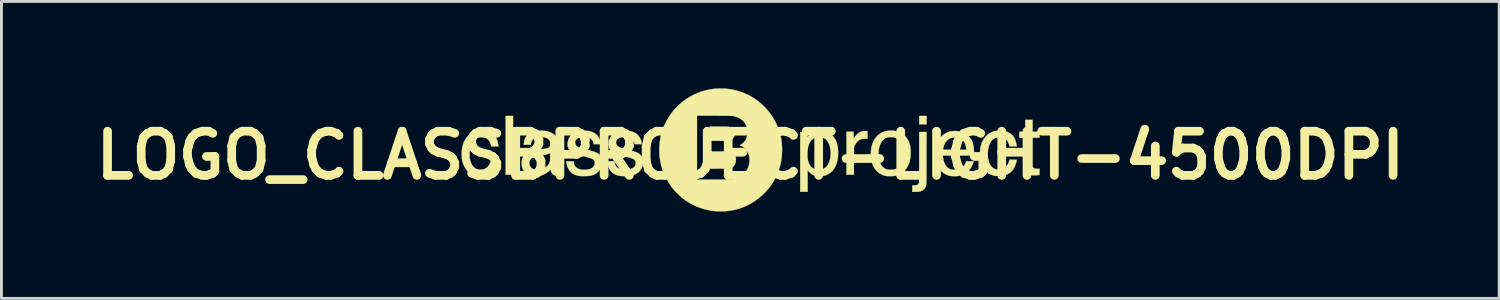
<source format=kicad_pcb>
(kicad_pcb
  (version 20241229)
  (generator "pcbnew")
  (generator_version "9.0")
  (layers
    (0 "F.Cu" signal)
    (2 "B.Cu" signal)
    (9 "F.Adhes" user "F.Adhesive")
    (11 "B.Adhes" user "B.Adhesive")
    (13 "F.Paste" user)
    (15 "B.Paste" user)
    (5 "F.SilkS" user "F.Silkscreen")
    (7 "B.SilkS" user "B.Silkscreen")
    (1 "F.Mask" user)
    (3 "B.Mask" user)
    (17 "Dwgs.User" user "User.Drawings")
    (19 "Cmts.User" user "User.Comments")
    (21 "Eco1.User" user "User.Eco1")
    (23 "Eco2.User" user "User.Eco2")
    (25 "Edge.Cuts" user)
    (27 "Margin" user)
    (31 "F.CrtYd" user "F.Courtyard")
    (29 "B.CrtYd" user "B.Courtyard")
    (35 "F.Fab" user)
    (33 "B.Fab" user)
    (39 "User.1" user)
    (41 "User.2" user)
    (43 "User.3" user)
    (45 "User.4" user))
  (footprint "LOGO_CLASSBPROJECT-LIGHT-4500DPI"
    (layer "F.Cu")
    (at 22.831 2.31)
    (property "Reference" "LOGO_CLASSBPROJECT-LIGHT-4500DPI" (at 0 0 0) (layer "F.SilkS") (effects (font (size 1.524 1.524) (thickness 0.3))))
    (attr through_hole)
    (fp_poly (pts (xy -8.184 0.666) (xy -8.438 0.666) (xy -8.438 -1.36) (xy -8.184 -1.36) (xy -8.184 0.666)) (stroke (width 0.01) (type solid)) (fill yes) (layer "F.SilkS"))
    (fp_poly (pts (xy 6.079 -1.072) (xy 5.825 -1.072) (xy 5.825 -1.36) (xy 6.079 -1.36) (xy 6.079 -1.072)) (stroke (width 0.01) (type solid)) (fill yes) (layer "F.SilkS"))
    (fp_poly (pts (xy 4.041 -0.576) (xy 3.966 -0.576) (xy 3.901 -0.573) (xy 3.844 -0.564) (xy 3.794 -0.548) (xy 3.75 -0.524) (xy 3.709 -0.493) (xy 3.687 -0.472) (xy 3.654 -0.433) (xy 3.628 -0.394) (xy 3.607 -0.351) (xy 3.593 -0.318) (xy 3.576 -0.268) (xy 3.574 0.199) (xy 3.573 0.666) (xy 3.319 0.666) (xy 3.319 -0.813) (xy 3.562 -0.813) (xy 3.562 -0.579) (xy 3.578 -0.605) (xy 3.597 -0.632) (xy 3.623 -0.663) (xy 3.653 -0.696) (xy 3.683 -0.726) (xy 3.712 -0.752) (xy 3.716 -0.755) (xy 3.761 -0.788) (xy 3.804 -0.811) (xy 3.85 -0.828) (xy 3.899 -0.837) (xy 3.956 -0.841) (xy 3.97 -0.841) (xy 4.041 -0.841) (xy 4.041 -0.576)) (stroke (width 0.01) (type solid)) (fill yes) (layer "F.SilkS"))
    (fp_poly (pts (xy -1.113 -0.135) (xy -1.035 -0.135) (xy -0.967 -0.135) (xy -0.909 -0.134) (xy -0.859 -0.133) (xy -0.816 -0.131) (xy -0.78 -0.129) (xy -0.749 -0.126) (xy -0.722 -0.123) (xy -0.699 -0.118) (xy -0.679 -0.113) (xy -0.66 -0.106) (xy -0.642 -0.098) (xy -0.628 -0.092) (xy -0.584 -0.065) (xy -0.549 -0.03) (xy -0.522 0.012) (xy -0.504 0.059) (xy -0.5 0.083) (xy -0.498 0.114) (xy -0.497 0.149) (xy -0.498 0.185) (xy -0.501 0.216) (xy -0.503 0.229) (xy -0.517 0.279) (xy -0.541 0.325) (xy -0.573 0.366) (xy -0.612 0.399) (xy -0.645 0.418) (xy -0.661 0.425) (xy -0.675 0.431) (xy -0.689 0.436) (xy -0.704 0.441) (xy -0.721 0.444) (xy -0.741 0.447) (xy -0.765 0.449) (xy -0.793 0.451) (xy -0.828 0.452) (xy -0.869 0.453) (xy -0.918 0.454) (xy -0.976 0.455) (xy -1.044 0.455) (xy -1.079 0.456) (xy -1.4 0.458) (xy -1.4 -0.135) (xy -1.113 -0.135)) (stroke (width 0.01) (type solid)) (fill yes) (layer "F.SilkS"))
    (fp_poly (pts (xy -1.096 -0.992) (xy -1.026 -0.991) (xy -0.966 -0.99) (xy -0.915 -0.99) (xy -0.872 -0.989) (xy -0.836 -0.987) (xy -0.806 -0.986) (xy -0.78 -0.984) (xy -0.758 -0.981) (xy -0.739 -0.978) (xy -0.721 -0.975) (xy -0.703 -0.971) (xy -0.684 -0.965) (xy -0.675 -0.963) (xy -0.636 -0.946) (xy -0.602 -0.919) (xy -0.577 -0.89) (xy -0.564 -0.868) (xy -0.555 -0.847) (xy -0.549 -0.823) (xy -0.546 -0.794) (xy -0.545 -0.757) (xy -0.545 -0.748) (xy -0.545 -0.716) (xy -0.547 -0.693) (xy -0.55 -0.675) (xy -0.554 -0.658) (xy -0.558 -0.648) (xy -0.579 -0.609) (xy -0.609 -0.576) (xy -0.647 -0.55) (xy -0.658 -0.544) (xy -0.674 -0.537) (xy -0.689 -0.53) (xy -0.704 -0.524) (xy -0.719 -0.52) (xy -0.736 -0.516) (xy -0.756 -0.513) (xy -0.779 -0.51) (xy -0.807 -0.509) (xy -0.841 -0.507) (xy -0.882 -0.506) (xy -0.93 -0.505) (xy -0.988 -0.505) (xy -1.055 -0.504) (xy -1.088 -0.504) (xy -1.4 -0.502) (xy -1.4 -0.994) (xy -1.096 -0.992)) (stroke (width 0.01) (type solid)) (fill yes) (layer "F.SilkS"))
    (fp_poly (pts (xy 6.077 0.089) (xy 6.077 0.207) (xy 6.077 0.315) (xy 6.077 0.412) (xy 6.076 0.5) (xy 6.076 0.579) (xy 6.076 0.649) (xy 6.076 0.71) (xy 6.075 0.765) (xy 6.075 0.812) (xy 6.074 0.853) (xy 6.074 0.888) (xy 6.073 0.918) (xy 6.073 0.942) (xy 6.072 0.963) (xy 6.071 0.979) (xy 6.07 0.993) (xy 6.069 1.004) (xy 6.068 1.012) (xy 6.067 1.019) (xy 6.066 1.024) (xy 6.047 1.081) (xy 6.021 1.13) (xy 5.988 1.17) (xy 5.946 1.203) (xy 5.896 1.229) (xy 5.85 1.245) (xy 5.833 1.249) (xy 5.811 1.252) (xy 5.781 1.254) (xy 5.744 1.256) (xy 5.702 1.257) (xy 5.588 1.26) (xy 5.588 1.033) (xy 5.623 1.033) (xy 5.655 1.032) (xy 5.689 1.029) (xy 5.722 1.025) (xy 5.751 1.019) (xy 5.772 1.013) (xy 5.774 1.013) (xy 5.791 1.003) (xy 5.803 0.989) (xy 5.811 0.967) (xy 5.818 0.936) (xy 5.819 0.928) (xy 5.82 0.917) (xy 5.821 0.894) (xy 5.821 0.861) (xy 5.822 0.818) (xy 5.823 0.764) (xy 5.823 0.701) (xy 5.824 0.629) (xy 5.824 0.547) (xy 5.824 0.456) (xy 5.825 0.357) (xy 5.825 0.249) (xy 5.825 0.134) (xy 5.825 0.041) (xy 5.825 -0.807) (xy 6.079 -0.807) (xy 6.077 0.089)) (stroke (width 0.01) (type solid)) (fill yes) (layer "F.SilkS"))
    (fp_poly (pts (xy 9.737 -0.813) (xy 9.974 -0.813) (xy 9.974 -0.61) (xy 9.737 -0.61) (xy 9.737 -0.114) (xy 9.737 -0.028) (xy 9.737 0.048) (xy 9.737 0.114) (xy 9.737 0.171) (xy 9.737 0.219) (xy 9.738 0.26) (xy 9.738 0.294) (xy 9.739 0.321) (xy 9.739 0.344) (xy 9.74 0.361) (xy 9.741 0.374) (xy 9.742 0.384) (xy 9.743 0.392) (xy 9.745 0.398) (xy 9.747 0.402) (xy 9.747 0.404) (xy 9.759 0.424) (xy 9.772 0.439) (xy 9.79 0.45) (xy 9.813 0.457) (xy 9.843 0.461) (xy 9.883 0.463) (xy 9.897 0.463) (xy 9.974 0.463) (xy 9.974 0.67) (xy 9.941 0.677) (xy 9.92 0.681) (xy 9.89 0.683) (xy 9.854 0.685) (xy 9.816 0.686) (xy 9.777 0.687) (xy 9.74 0.686) (xy 9.707 0.685) (xy 9.681 0.683) (xy 9.668 0.68) (xy 9.62 0.663) (xy 9.58 0.639) (xy 9.547 0.607) (xy 9.521 0.565) (xy 9.501 0.515) (xy 9.492 0.481) (xy 9.49 0.474) (xy 9.489 0.464) (xy 9.488 0.452) (xy 9.487 0.437) (xy 9.486 0.419) (xy 9.485 0.396) (xy 9.484 0.368) (xy 9.484 0.334) (xy 9.483 0.293) (xy 9.483 0.245) (xy 9.483 0.189) (xy 9.483 0.124) (xy 9.483 0.05) (xy 9.483 -0.034) (xy 9.483 -0.084) (xy 9.483 -0.61) (xy 9.279 -0.61) (xy 9.279 -0.813) (xy 9.483 -0.813) (xy 9.483 -1.225) (xy 9.737 -1.225) (xy 9.737 -0.813)) (stroke (width 0.01) (type solid)) (fill yes) (layer "F.SilkS"))
    (fp_poly (pts (xy -9.215 -0.851) (xy -9.178 -0.849) (xy -9.161 -0.847) (xy -9.08 -0.831) (xy -9.006 -0.807) (xy -8.94 -0.775) (xy -8.881 -0.736) (xy -8.831 -0.69) (xy -8.812 -0.668) (xy -8.778 -0.618) (xy -8.749 -0.56) (xy -8.724 -0.494) (xy -8.705 -0.418) (xy -8.69 -0.334) (xy -8.687 -0.31) (xy -8.933 -0.31) (xy -8.946 -0.359) (xy -8.965 -0.415) (xy -8.989 -0.466) (xy -9.017 -0.512) (xy -9.044 -0.544) (xy -9.079 -0.574) (xy -9.117 -0.597) (xy -9.16 -0.613) (xy -9.209 -0.622) (xy -9.266 -0.626) (xy -9.28 -0.626) (xy -9.318 -0.625) (xy -9.351 -0.623) (xy -9.377 -0.618) (xy -9.378 -0.618) (xy -9.436 -0.598) (xy -9.489 -0.568) (xy -9.535 -0.528) (xy -9.575 -0.479) (xy -9.61 -0.42) (xy -9.638 -0.352) (xy -9.661 -0.273) (xy -9.672 -0.222) (xy -9.678 -0.182) (xy -9.682 -0.134) (xy -9.684 -0.081) (xy -9.685 -0.028) (xy -9.684 0.024) (xy -9.681 0.069) (xy -9.678 0.096) (xy -9.663 0.171) (xy -9.642 0.24) (xy -9.615 0.302) (xy -9.582 0.356) (xy -9.545 0.401) (xy -9.51 0.432) (xy -9.474 0.455) (xy -9.433 0.472) (xy -9.406 0.48) (xy -9.368 0.487) (xy -9.324 0.49) (xy -9.278 0.491) (xy -9.235 0.487) (xy -9.207 0.482) (xy -9.154 0.464) (xy -9.105 0.436) (xy -9.061 0.398) (xy -9.021 0.351) (xy -8.988 0.296) (xy -8.96 0.234) (xy -8.941 0.171) (xy -8.935 0.147) (xy -8.686 0.147) (xy -8.69 0.168) (xy -8.709 0.259) (xy -8.735 0.342) (xy -8.767 0.415) (xy -8.807 0.48) (xy -8.853 0.537) (xy -8.906 0.586) (xy -8.944 0.613) (xy -8.997 0.644) (xy -9.052 0.669) (xy -9.112 0.688) (xy -9.179 0.702) (xy -9.18 0.702) (xy -9.211 0.706) (xy -9.249 0.709) (xy -9.291 0.71) (xy -9.335 0.711) (xy -9.377 0.709) (xy -9.415 0.707) (xy -9.445 0.704) (xy -9.451 0.702) (xy -9.529 0.681) (xy -9.601 0.651) (xy -9.669 0.61) (xy -9.73 0.561) (xy -9.785 0.503) (xy -9.833 0.437) (xy -9.874 0.363) (xy -9.907 0.282) (xy -9.928 0.212) (xy -9.944 0.136) (xy -9.953 0.052) (xy -9.957 -0.036) (xy -9.954 -0.125) (xy -9.945 -0.214) (xy -9.931 -0.299) (xy -9.922 -0.336) (xy -9.895 -0.423) (xy -9.859 -0.504) (xy -9.815 -0.577) (xy -9.764 -0.643) (xy -9.705 -0.702) (xy -9.64 -0.752) (xy -9.568 -0.793) (xy -9.49 -0.824) (xy -9.452 -0.836) (xy -9.424 -0.842) (xy -9.388 -0.846) (xy -9.347 -0.849) (xy -9.302 -0.851) (xy -9.257 -0.852) (xy -9.215 -0.851)) (stroke (width 0.01) (type solid)) (fill yes) (layer "F.SilkS"))
    (fp_poly (pts (xy 8.661 -0.851) (xy 8.698 -0.849) (xy 8.715 -0.847) (xy 8.796 -0.831) (xy 8.87 -0.807) (xy 8.936 -0.775) (xy 8.995 -0.736) (xy 9.045 -0.69) (xy 9.064 -0.668) (xy 9.098 -0.618) (xy 9.127 -0.56) (xy 9.151 -0.494) (xy 9.171 -0.418) (xy 9.186 -0.334) (xy 9.189 -0.31) (xy 8.943 -0.31) (xy 8.93 -0.359) (xy 8.911 -0.415) (xy 8.887 -0.466) (xy 8.859 -0.512) (xy 8.832 -0.544) (xy 8.797 -0.574) (xy 8.759 -0.597) (xy 8.716 -0.613) (xy 8.667 -0.622) (xy 8.61 -0.626) (xy 8.596 -0.626) (xy 8.558 -0.625) (xy 8.525 -0.623) (xy 8.499 -0.618) (xy 8.497 -0.618) (xy 8.44 -0.598) (xy 8.387 -0.568) (xy 8.341 -0.528) (xy 8.301 -0.479) (xy 8.266 -0.42) (xy 8.238 -0.352) (xy 8.215 -0.273) (xy 8.204 -0.222) (xy 8.198 -0.182) (xy 8.194 -0.134) (xy 8.192 -0.081) (xy 8.191 -0.028) (xy 8.192 0.024) (xy 8.195 0.069) (xy 8.198 0.096) (xy 8.213 0.171) (xy 8.234 0.24) (xy 8.261 0.302) (xy 8.294 0.356) (xy 8.331 0.401) (xy 8.366 0.432) (xy 8.402 0.455) (xy 8.443 0.472) (xy 8.47 0.48) (xy 8.508 0.487) (xy 8.552 0.49) (xy 8.598 0.491) (xy 8.641 0.487) (xy 8.669 0.482) (xy 8.722 0.464) (xy 8.771 0.436) (xy 8.815 0.398) (xy 8.854 0.351) (xy 8.888 0.296) (xy 8.916 0.234) (xy 8.935 0.171) (xy 8.941 0.147) (xy 9.19 0.147) (xy 9.186 0.168) (xy 9.167 0.259) (xy 9.141 0.342) (xy 9.109 0.415) (xy 9.069 0.48) (xy 9.023 0.537) (xy 8.97 0.586) (xy 8.932 0.613) (xy 8.879 0.644) (xy 8.824 0.669) (xy 8.764 0.688) (xy 8.697 0.702) (xy 8.696 0.702) (xy 8.665 0.706) (xy 8.627 0.709) (xy 8.585 0.71) (xy 8.541 0.711) (xy 8.499 0.709) (xy 8.461 0.707) (xy 8.431 0.704) (xy 8.425 0.702) (xy 8.347 0.681) (xy 8.275 0.651) (xy 8.207 0.61) (xy 8.146 0.561) (xy 8.091 0.503) (xy 8.043 0.437) (xy 8.002 0.363) (xy 7.969 0.282) (xy 7.948 0.212) (xy 7.932 0.136) (xy 7.923 0.052) (xy 7.919 -0.036) (xy 7.922 -0.125) (xy 7.931 -0.214) (xy 7.945 -0.299) (xy 7.954 -0.336) (xy 7.981 -0.423) (xy 8.017 -0.504) (xy 8.061 -0.577) (xy 8.112 -0.643) (xy 8.171 -0.702) (xy 8.236 -0.752) (xy 8.308 -0.793) (xy 8.386 -0.824) (xy 8.424 -0.836) (xy 8.452 -0.842) (xy 8.488 -0.846) (xy 8.529 -0.849) (xy 8.574 -0.851) (xy 8.619 -0.852) (xy 8.661 -0.851)) (stroke (width 0.01) (type solid)) (fill yes) (layer "F.SilkS"))
    (fp_poly (pts (xy 2.466 -0.849) (xy 2.495 -0.849) (xy 2.518 -0.848) (xy 2.536 -0.846) (xy 2.552 -0.843) (xy 2.568 -0.839) (xy 2.586 -0.834) (xy 2.588 -0.833) (xy 2.662 -0.805) (xy 2.731 -0.767) (xy 2.794 -0.719) (xy 2.851 -0.664) (xy 2.9 -0.6) (xy 2.942 -0.529) (xy 2.976 -0.452) (xy 2.983 -0.433) (xy 3.001 -0.365) (xy 3.015 -0.289) (xy 3.024 -0.207) (xy 3.028 -0.121) (xy 3.027 -0.034) (xy 3.021 0.053) (xy 3.009 0.138) (xy 2.993 0.218) (xy 2.983 0.257) (xy 2.953 0.342) (xy 2.916 0.419) (xy 2.87 0.488) (xy 2.818 0.549) (xy 2.757 0.602) (xy 2.69 0.646) (xy 2.661 0.66) (xy 2.625 0.678) (xy 2.592 0.691) (xy 2.561 0.7) (xy 2.529 0.707) (xy 2.493 0.711) (xy 2.452 0.713) (xy 2.402 0.714) (xy 2.396 0.714) (xy 2.357 0.714) (xy 2.327 0.713) (xy 2.304 0.712) (xy 2.285 0.711) (xy 2.27 0.708) (xy 2.254 0.704) (xy 2.237 0.699) (xy 2.232 0.698) (xy 2.191 0.684) (xy 2.155 0.668) (xy 2.123 0.65) (xy 2.091 0.626) (xy 2.057 0.596) (xy 2.039 0.579) (xy 1.976 0.516) (xy 1.976 0.885) (xy 1.976 1.253) (xy 1.722 1.253) (xy 1.722 -0.013) (xy 1.968 -0.013) (xy 1.973 0.075) (xy 1.985 0.156) (xy 2.004 0.229) (xy 2.03 0.293) (xy 2.062 0.35) (xy 2.101 0.397) (xy 2.147 0.436) (xy 2.198 0.466) (xy 2.256 0.486) (xy 2.277 0.491) (xy 2.303 0.494) (xy 2.335 0.496) (xy 2.371 0.496) (xy 2.406 0.494) (xy 2.436 0.492) (xy 2.457 0.488) (xy 2.508 0.469) (xy 2.557 0.442) (xy 2.604 0.406) (xy 2.645 0.364) (xy 2.679 0.317) (xy 2.692 0.295) (xy 2.717 0.238) (xy 2.738 0.179) (xy 2.753 0.115) (xy 2.763 0.044) (xy 2.769 -0.031) (xy 2.77 -0.119) (xy 2.764 -0.203) (xy 2.75 -0.282) (xy 2.73 -0.354) (xy 2.704 -0.42) (xy 2.671 -0.478) (xy 2.633 -0.527) (xy 2.625 -0.536) (xy 2.582 -0.573) (xy 2.535 -0.6) (xy 2.483 -0.619) (xy 2.425 -0.629) (xy 2.368 -0.632) (xy 2.333 -0.631) (xy 2.3 -0.628) (xy 2.275 -0.624) (xy 2.272 -0.624) (xy 2.213 -0.603) (xy 2.161 -0.573) (xy 2.115 -0.534) (xy 2.075 -0.486) (xy 2.042 -0.428) (xy 2.014 -0.361) (xy 1.993 -0.285) (xy 1.979 -0.199) (xy 1.97 -0.109) (xy 1.968 -0.013) (xy 1.722 -0.013) (xy 1.722 -0.802) (xy 1.97 -0.802) (xy 1.97 -0.634) (xy 2.031 -0.694) (xy 2.08 -0.738) (xy 2.128 -0.774) (xy 2.178 -0.802) (xy 2.233 -0.825) (xy 2.28 -0.84) (xy 2.296 -0.843) (xy 2.314 -0.846) (xy 2.336 -0.848) (xy 2.364 -0.849) (xy 2.4 -0.849) (xy 2.427 -0.849) (xy 2.466 -0.849)) (stroke (width 0.01) (type solid)) (fill yes) (layer "F.SilkS"))
    (fp_poly (pts (xy 4.89 -0.852) (xy 4.935 -0.849) (xy 4.974 -0.846) (xy 4.988 -0.844) (xy 5.071 -0.823) (xy 5.151 -0.793) (xy 5.225 -0.752) (xy 5.294 -0.702) (xy 5.337 -0.664) (xy 5.388 -0.606) (xy 5.431 -0.543) (xy 5.466 -0.474) (xy 5.491 -0.406) (xy 5.504 -0.36) (xy 5.514 -0.314) (xy 5.522 -0.265) (xy 5.527 -0.211) (xy 5.53 -0.149) (xy 5.53 -0.14) (xy 5.529 -0.031) (xy 5.521 0.07) (xy 5.504 0.165) (xy 5.48 0.254) (xy 5.447 0.338) (xy 5.405 0.418) (xy 5.38 0.457) (xy 5.332 0.52) (xy 5.278 0.574) (xy 5.217 0.619) (xy 5.149 0.656) (xy 5.073 0.685) (xy 4.99 0.705) (xy 4.97 0.708) (xy 4.941 0.712) (xy 4.904 0.714) (xy 4.862 0.716) (xy 4.819 0.716) (xy 4.775 0.716) (xy 4.736 0.714) (xy 4.702 0.711) (xy 4.682 0.709) (xy 4.6 0.688) (xy 4.524 0.658) (xy 4.454 0.619) (xy 4.391 0.571) (xy 4.334 0.513) (xy 4.285 0.447) (xy 4.246 0.381) (xy 4.211 0.301) (xy 4.185 0.214) (xy 4.167 0.121) (xy 4.157 0.023) (xy 4.157 -0.046) (xy 4.42 -0.046) (xy 4.423 0.037) (xy 4.434 0.116) (xy 4.451 0.189) (xy 4.474 0.256) (xy 4.504 0.316) (xy 4.539 0.368) (xy 4.579 0.411) (xy 4.625 0.445) (xy 4.647 0.457) (xy 4.681 0.472) (xy 4.714 0.483) (xy 4.748 0.49) (xy 4.786 0.494) (xy 4.831 0.495) (xy 4.854 0.495) (xy 4.89 0.494) (xy 4.917 0.492) (xy 4.938 0.49) (xy 4.957 0.487) (xy 4.975 0.482) (xy 4.987 0.478) (xy 5.036 0.458) (xy 5.08 0.43) (xy 5.118 0.396) (xy 5.151 0.352) (xy 5.181 0.3) (xy 5.207 0.238) (xy 5.218 0.207) (xy 5.242 0.124) (xy 5.257 0.041) (xy 5.265 -0.045) (xy 5.265 -0.138) (xy 5.265 -0.138) (xy 5.26 -0.21) (xy 5.252 -0.273) (xy 5.239 -0.33) (xy 5.221 -0.383) (xy 5.198 -0.434) (xy 5.197 -0.437) (xy 5.163 -0.491) (xy 5.121 -0.537) (xy 5.071 -0.575) (xy 5.015 -0.604) (xy 4.996 -0.612) (xy 4.974 -0.619) (xy 4.955 -0.624) (xy 4.936 -0.627) (xy 4.912 -0.629) (xy 4.882 -0.631) (xy 4.867 -0.631) (xy 4.816 -0.631) (xy 4.773 -0.629) (xy 4.736 -0.622) (xy 4.7 -0.611) (xy 4.664 -0.596) (xy 4.616 -0.567) (xy 4.572 -0.528) (xy 4.533 -0.48) (xy 4.5 -0.423) (xy 4.471 -0.359) (xy 4.449 -0.289) (xy 4.433 -0.212) (xy 4.423 -0.129) (xy 4.42 -0.046) (xy 4.157 -0.046) (xy 4.157 -0.08) (xy 4.159 -0.129) (xy 4.168 -0.215) (xy 4.181 -0.293) (xy 4.199 -0.364) (xy 4.223 -0.431) (xy 4.25 -0.491) (xy 4.295 -0.569) (xy 4.346 -0.637) (xy 4.404 -0.696) (xy 4.469 -0.746) (xy 4.539 -0.787) (xy 4.616 -0.819) (xy 4.699 -0.841) (xy 4.717 -0.844) (xy 4.752 -0.848) (xy 4.795 -0.851) (xy 4.842 -0.852) (xy 4.89 -0.852)) (stroke (width 0.01) (type solid)) (fill yes) (layer "F.SilkS"))
    (fp_poly (pts (xy 7.122 -0.84) (xy 7.165 -0.836) (xy 7.186 -0.833) (xy 7.264 -0.814) (xy 7.337 -0.787) (xy 7.407 -0.753) (xy 7.47 -0.712) (xy 7.526 -0.666) (xy 7.573 -0.615) (xy 7.59 -0.591) (xy 7.619 -0.546) (xy 7.643 -0.501) (xy 7.663 -0.452) (xy 7.68 -0.4) (xy 7.693 -0.342) (xy 7.703 -0.278) (xy 7.711 -0.207) (xy 7.716 -0.126) (xy 7.718 -0.08) (xy 7.722 0.006) (xy 6.644 0.006) (xy 6.644 0.03) (xy 6.645 0.054) (xy 6.649 0.085) (xy 6.654 0.12) (xy 6.661 0.156) (xy 6.668 0.188) (xy 6.672 0.202) (xy 6.694 0.267) (xy 6.724 0.325) (xy 6.759 0.375) (xy 6.8 0.417) (xy 6.846 0.45) (xy 6.865 0.46) (xy 6.902 0.476) (xy 6.938 0.486) (xy 6.976 0.493) (xy 7.02 0.496) (xy 7.07 0.495) (xy 7.104 0.494) (xy 7.131 0.492) (xy 7.152 0.489) (xy 7.171 0.484) (xy 7.192 0.478) (xy 7.194 0.477) (xy 7.255 0.451) (xy 7.309 0.415) (xy 7.356 0.372) (xy 7.395 0.32) (xy 7.426 0.261) (xy 7.432 0.246) (xy 7.448 0.203) (xy 7.574 0.203) (xy 7.7 0.203) (xy 7.696 0.224) (xy 7.683 0.274) (xy 7.663 0.327) (xy 7.635 0.382) (xy 7.603 0.437) (xy 7.566 0.487) (xy 7.528 0.533) (xy 7.518 0.542) (xy 7.458 0.594) (xy 7.391 0.637) (xy 7.317 0.671) (xy 7.237 0.697) (xy 7.165 0.711) (xy 7.13 0.714) (xy 7.088 0.716) (xy 7.042 0.717) (xy 6.995 0.716) (xy 6.95 0.713) (xy 6.911 0.709) (xy 6.886 0.705) (xy 6.808 0.683) (xy 6.734 0.65) (xy 6.664 0.607) (xy 6.598 0.554) (xy 6.592 0.549) (xy 6.539 0.493) (xy 6.494 0.434) (xy 6.456 0.371) (xy 6.426 0.302) (xy 6.402 0.226) (xy 6.384 0.141) (xy 6.378 0.102) (xy 6.375 0.071) (xy 6.373 0.031) (xy 6.372 -0.013) (xy 6.372 -0.061) (xy 6.374 -0.108) (xy 6.376 -0.151) (xy 6.379 -0.189) (xy 6.379 -0.192) (xy 6.648 -0.192) (xy 7.052 -0.192) (xy 7.129 -0.192) (xy 7.196 -0.192) (xy 7.253 -0.192) (xy 7.301 -0.192) (xy 7.341 -0.193) (xy 7.374 -0.193) (xy 7.399 -0.193) (xy 7.419 -0.194) (xy 7.434 -0.195) (xy 7.444 -0.196) (xy 7.451 -0.197) (xy 7.454 -0.199) (xy 7.456 -0.2) (xy 7.456 -0.202) (xy 7.455 -0.219) (xy 7.451 -0.244) (xy 7.445 -0.274) (xy 7.438 -0.305) (xy 7.43 -0.336) (xy 7.423 -0.362) (xy 7.422 -0.364) (xy 7.397 -0.426) (xy 7.365 -0.48) (xy 7.325 -0.526) (xy 7.279 -0.563) (xy 7.246 -0.581) (xy 7.204 -0.599) (xy 7.161 -0.612) (xy 7.115 -0.618) (xy 7.062 -0.621) (xy 7.058 -0.621) (xy 6.993 -0.617) (xy 6.935 -0.605) (xy 6.884 -0.586) (xy 6.876 -0.581) (xy 6.82 -0.545) (xy 6.772 -0.501) (xy 6.731 -0.449) (xy 6.697 -0.389) (xy 6.672 -0.323) (xy 6.655 -0.251) (xy 6.652 -0.224) (xy 6.648 -0.192) (xy 6.379 -0.192) (xy 6.381 -0.207) (xy 6.4 -0.304) (xy 6.428 -0.395) (xy 6.465 -0.479) (xy 6.511 -0.556) (xy 6.567 -0.627) (xy 6.603 -0.665) (xy 6.665 -0.718) (xy 6.733 -0.762) (xy 6.807 -0.797) (xy 6.886 -0.823) (xy 6.924 -0.83) (xy 6.97 -0.836) (xy 7.021 -0.84) (xy 7.072 -0.841) (xy 7.122 -0.84)) (stroke (width 0.01) (type solid)) (fill yes) (layer "F.SilkS"))
    (fp_poly (pts (xy -5.687 -0.849) (xy -5.643 -0.848) (xy -5.605 -0.845) (xy -5.573 -0.841) (xy -5.543 -0.836) (xy -5.513 -0.828) (xy -5.482 -0.818) (xy -5.463 -0.81) (xy -5.404 -0.785) (xy -5.352 -0.753) (xy -5.32 -0.728) (xy -5.279 -0.688) (xy -5.243 -0.641) (xy -5.212 -0.59) (xy -5.188 -0.536) (xy -5.172 -0.481) (xy -5.165 -0.429) (xy -5.165 -0.419) (xy -5.165 -0.389) (xy -5.401 -0.389) (xy -5.407 -0.421) (xy -5.418 -0.456) (xy -5.434 -0.492) (xy -5.454 -0.525) (xy -5.476 -0.551) (xy -5.478 -0.553) (xy -5.509 -0.576) (xy -5.548 -0.597) (xy -5.593 -0.614) (xy -5.608 -0.619) (xy -5.631 -0.623) (xy -5.662 -0.627) (xy -5.699 -0.629) (xy -5.739 -0.631) (xy -5.778 -0.631) (xy -5.815 -0.631) (xy -5.845 -0.628) (xy -5.858 -0.627) (xy -5.904 -0.615) (xy -5.947 -0.596) (xy -5.984 -0.571) (xy -6.014 -0.541) (xy -6.03 -0.516) (xy -6.037 -0.495) (xy -6.043 -0.468) (xy -6.044 -0.456) (xy -6.042 -0.414) (xy -6.03 -0.375) (xy -6.008 -0.341) (xy -5.975 -0.311) (xy -5.932 -0.284) (xy -5.892 -0.266) (xy -5.876 -0.26) (xy -5.851 -0.253) (xy -5.819 -0.244) (xy -5.78 -0.233) (xy -5.738 -0.222) (xy -5.692 -0.21) (xy -5.667 -0.204) (xy -5.587 -0.184) (xy -5.517 -0.165) (xy -5.456 -0.148) (xy -5.404 -0.131) (xy -5.359 -0.115) (xy -5.321 -0.1) (xy -5.288 -0.084) (xy -5.26 -0.068) (xy -5.236 -0.052) (xy -5.228 -0.046) (xy -5.203 -0.021) (xy -5.178 0.011) (xy -5.156 0.047) (xy -5.139 0.082) (xy -5.138 0.085) (xy -5.122 0.142) (xy -5.115 0.204) (xy -5.116 0.268) (xy -5.125 0.332) (xy -5.142 0.393) (xy -5.161 0.439) (xy -5.199 0.502) (xy -5.244 0.557) (xy -5.297 0.603) (xy -5.358 0.642) (xy -5.427 0.674) (xy -5.504 0.697) (xy -5.508 0.698) (xy -5.528 0.703) (xy -5.547 0.706) (xy -5.566 0.709) (xy -5.587 0.711) (xy -5.612 0.712) (xy -5.643 0.713) (xy -5.683 0.714) (xy -5.707 0.714) (xy -5.748 0.715) (xy -5.787 0.714) (xy -5.823 0.714) (xy -5.854 0.713) (xy -5.876 0.712) (xy -5.884 0.711) (xy -5.947 0.699) (xy -6.008 0.682) (xy -6.066 0.659) (xy -6.118 0.634) (xy -6.155 0.609) (xy -6.184 0.583) (xy -6.214 0.55) (xy -6.244 0.512) (xy -6.27 0.471) (xy -6.285 0.443) (xy -6.307 0.392) (xy -6.324 0.336) (xy -6.337 0.278) (xy -6.341 0.244) (xy -6.346 0.203) (xy -6.102 0.203) (xy -6.099 0.224) (xy -6.095 0.242) (xy -6.09 0.265) (xy -6.087 0.278) (xy -6.069 0.33) (xy -6.043 0.376) (xy -6.008 0.414) (xy -5.965 0.445) (xy -5.912 0.469) (xy -5.851 0.486) (xy -5.823 0.491) (xy -5.796 0.494) (xy -5.761 0.496) (xy -5.722 0.496) (xy -5.681 0.495) (xy -5.643 0.492) (xy -5.608 0.489) (xy -5.581 0.485) (xy -5.574 0.483) (xy -5.535 0.47) (xy -5.496 0.452) (xy -5.461 0.433) (xy -5.431 0.412) (xy -5.418 0.4) (xy -5.392 0.366) (xy -5.375 0.328) (xy -5.366 0.287) (xy -5.366 0.245) (xy -5.375 0.205) (xy -5.391 0.173) (xy -5.401 0.159) (xy -5.413 0.147) (xy -5.426 0.135) (xy -5.443 0.125) (xy -5.465 0.114) (xy -5.491 0.103) (xy -5.524 0.092) (xy -5.563 0.079) (xy -5.61 0.066) (xy -5.667 0.05) (xy -5.732 0.033) (xy -5.763 0.025) (xy -5.825 0.009) (xy -5.878 -0.004) (xy -5.922 -0.016) (xy -5.958 -0.027) (xy -5.99 -0.036) (xy -6.016 -0.045) (xy -6.039 -0.054) (xy -6.06 -0.062) (xy -6.081 -0.072) (xy -6.102 -0.082) (xy -6.102 -0.082) (xy -6.161 -0.118) (xy -6.21 -0.158) (xy -6.248 -0.203) (xy -6.277 -0.253) (xy -6.295 -0.308) (xy -6.303 -0.367) (xy -6.302 -0.42) (xy -6.291 -0.493) (xy -6.27 -0.56) (xy -6.24 -0.621) (xy -6.201 -0.676) (xy -6.152 -0.724) (xy -6.095 -0.766) (xy -6.03 -0.8) (xy -5.956 -0.828) (xy -5.923 -0.837) (xy -5.906 -0.841) (xy -5.889 -0.844) (xy -5.872 -0.846) (xy -5.851 -0.848) (xy -5.826 -0.849) (xy -5.794 -0.849) (xy -5.753 -0.849) (xy -5.74 -0.849) (xy -5.687 -0.849)) (stroke (width 0.01) (type solid)) (fill yes) (layer "F.SilkS"))
    (fp_poly (pts (xy -4.276 -0.849) (xy -4.231 -0.848) (xy -4.194 -0.845) (xy -4.161 -0.841) (xy -4.132 -0.836) (xy -4.102 -0.828) (xy -4.071 -0.818) (xy -4.052 -0.81) (xy -3.993 -0.785) (xy -3.941 -0.753) (xy -3.909 -0.728) (xy -3.868 -0.688) (xy -3.831 -0.641) (xy -3.801 -0.59) (xy -3.777 -0.536) (xy -3.761 -0.481) (xy -3.754 -0.429) (xy -3.754 -0.419) (xy -3.754 -0.389) (xy -3.99 -0.389) (xy -3.996 -0.421) (xy -4.007 -0.456) (xy -4.023 -0.492) (xy -4.043 -0.525) (xy -4.065 -0.551) (xy -4.067 -0.553) (xy -4.098 -0.576) (xy -4.137 -0.597) (xy -4.182 -0.614) (xy -4.197 -0.619) (xy -4.22 -0.623) (xy -4.251 -0.627) (xy -4.288 -0.629) (xy -4.328 -0.631) (xy -4.367 -0.631) (xy -4.404 -0.631) (xy -4.434 -0.628) (xy -4.446 -0.627) (xy -4.493 -0.615) (xy -4.536 -0.596) (xy -4.573 -0.571) (xy -4.602 -0.541) (xy -4.618 -0.516) (xy -4.626 -0.495) (xy -4.632 -0.468) (xy -4.633 -0.456) (xy -4.631 -0.414) (xy -4.619 -0.375) (xy -4.597 -0.341) (xy -4.564 -0.311) (xy -4.521 -0.284) (xy -4.481 -0.266) (xy -4.465 -0.26) (xy -4.44 -0.253) (xy -4.408 -0.244) (xy -4.369 -0.233) (xy -4.326 -0.222) (xy -4.281 -0.21) (xy -4.256 -0.204) (xy -4.176 -0.184) (xy -4.106 -0.165) (xy -4.045 -0.148) (xy -3.993 -0.131) (xy -3.948 -0.115) (xy -3.91 -0.1) (xy -3.877 -0.084) (xy -3.849 -0.068) (xy -3.825 -0.052) (xy -3.817 -0.046) (xy -3.792 -0.021) (xy -3.767 0.011) (xy -3.744 0.047) (xy -3.728 0.082) (xy -3.727 0.085) (xy -3.711 0.142) (xy -3.704 0.204) (xy -3.705 0.268) (xy -3.714 0.332) (xy -3.731 0.393) (xy -3.75 0.439) (xy -3.788 0.502) (xy -3.833 0.557) (xy -3.886 0.603) (xy -3.947 0.642) (xy -4.016 0.674) (xy -4.093 0.697) (xy -4.097 0.698) (xy -4.117 0.703) (xy -4.136 0.706) (xy -4.154 0.709) (xy -4.175 0.711) (xy -4.201 0.712) (xy -4.232 0.713) (xy -4.272 0.714) (xy -4.295 0.714) (xy -4.336 0.715) (xy -4.376 0.714) (xy -4.412 0.714) (xy -4.442 0.713) (xy -4.465 0.712) (xy -4.473 0.711) (xy -4.536 0.699) (xy -4.597 0.682) (xy -4.655 0.659) (xy -4.707 0.634) (xy -4.744 0.609) (xy -4.773 0.583) (xy -4.803 0.55) (xy -4.833 0.512) (xy -4.859 0.471) (xy -4.874 0.443) (xy -4.896 0.392) (xy -4.913 0.336) (xy -4.926 0.278) (xy -4.93 0.244) (xy -4.934 0.203) (xy -4.691 0.203) (xy -4.687 0.224) (xy -4.684 0.242) (xy -4.679 0.265) (xy -4.676 0.278) (xy -4.658 0.33) (xy -4.632 0.376) (xy -4.597 0.414) (xy -4.554 0.445) (xy -4.501 0.469) (xy -4.44 0.486) (xy -4.412 0.491) (xy -4.384 0.494) (xy -4.35 0.496) (xy -4.311 0.496) (xy -4.27 0.495) (xy -4.232 0.492) (xy -4.197 0.489) (xy -4.17 0.485) (xy -4.163 0.483) (xy -4.124 0.47) (xy -4.085 0.452) (xy -4.049 0.433) (xy -4.02 0.412) (xy -4.007 0.4) (xy -3.981 0.366) (xy -3.964 0.328) (xy -3.955 0.287) (xy -3.955 0.245) (xy -3.964 0.205) (xy -3.98 0.173) (xy -3.99 0.159) (xy -4.001 0.147) (xy -4.015 0.135) (xy -4.032 0.125) (xy -4.054 0.114) (xy -4.08 0.103) (xy -4.113 0.092) (xy -4.152 0.079) (xy -4.199 0.066) (xy -4.255 0.05) (xy -4.321 0.033) (xy -4.352 0.025) (xy -4.414 0.009) (xy -4.466 -0.004) (xy -4.51 -0.016) (xy -4.547 -0.027) (xy -4.578 -0.036) (xy -4.605 -0.045) (xy -4.628 -0.054) (xy -4.649 -0.062) (xy -4.67 -0.072) (xy -4.691 -0.082) (xy -4.691 -0.082) (xy -4.75 -0.118) (xy -4.799 -0.158) (xy -4.837 -0.203) (xy -4.866 -0.253) (xy -4.884 -0.308) (xy -4.892 -0.367) (xy -4.891 -0.42) (xy -4.88 -0.493) (xy -4.859 -0.56) (xy -4.829 -0.621) (xy -4.789 -0.676) (xy -4.741 -0.724) (xy -4.684 -0.766) (xy -4.618 -0.8) (xy -4.545 -0.828) (xy -4.512 -0.837) (xy -4.495 -0.841) (xy -4.478 -0.844) (xy -4.461 -0.846) (xy -4.44 -0.848) (xy -4.415 -0.849) (xy -4.383 -0.849) (xy -4.342 -0.849) (xy -4.329 -0.849) (xy -4.276 -0.849)) (stroke (width 0.01) (type solid)) (fill yes) (layer "F.SilkS"))
    (fp_poly (pts (xy -0.921 -2.304) (xy -0.828 -2.298) (xy -0.74 -2.289) (xy -0.651 -2.276) (xy -0.56 -2.257) (xy -0.503 -2.244) (xy -0.359 -2.202) (xy -0.219 -2.151) (xy -0.083 -2.09) (xy 0.048 -2.019) (xy 0.173 -1.94) (xy 0.292 -1.852) (xy 0.405 -1.756) (xy 0.511 -1.652) (xy 0.609 -1.542) (xy 0.7 -1.425) (xy 0.782 -1.302) (xy 0.856 -1.173) (xy 0.921 -1.039) (xy 0.976 -0.9) (xy 1.021 -0.757) (xy 1.032 -0.714) (xy 1.053 -0.626) (xy 1.069 -0.542) (xy 1.081 -0.46) (xy 1.089 -0.377) (xy 1.094 -0.289) (xy 1.095 -0.194) (xy 1.095 -0.186) (xy 1.092 -0.051) (xy 1.081 0.077) (xy 1.062 0.202) (xy 1.036 0.324) (xy 1.001 0.447) (xy 0.984 0.499) (xy 0.929 0.642) (xy 0.866 0.778) (xy 0.794 0.908) (xy 0.712 1.032) (xy 0.621 1.151) (xy 0.52 1.265) (xy 0.494 1.292) (xy 0.38 1.401) (xy 0.261 1.499) (xy 0.136 1.588) (xy 0.006 1.667) (xy -0.129 1.736) (xy -0.269 1.795) (xy -0.414 1.843) (xy -0.564 1.882) (xy -0.719 1.91) (xy -0.747 1.914) (xy -0.781 1.918) (xy -0.817 1.921) (xy -0.855 1.924) (xy -0.9 1.926) (xy -0.952 1.927) (xy -0.991 1.927) (xy -1.033 1.928) (xy -1.073 1.928) (xy -1.109 1.928) (xy -1.139 1.928) (xy -1.161 1.927) (xy -1.174 1.927) (xy -1.174 1.927) (xy -1.332 1.908) (xy -1.483 1.88) (xy -1.629 1.843) (xy -1.769 1.796) (xy -1.905 1.74) (xy -2.037 1.674) (xy -2.151 1.607) (xy -2.258 1.535) (xy -2.363 1.453) (xy -2.465 1.363) (xy -2.562 1.267) (xy -2.652 1.167) (xy -2.733 1.064) (xy -2.767 1.016) (xy -2.851 0.884) (xy -2.877 0.835) (xy -1.84 0.835) (xy -1.293 0.835) (xy -1.199 0.835) (xy -1.111 0.835) (xy -1.03 0.835) (xy -0.956 0.834) (xy -0.889 0.834) (xy -0.831 0.833) (xy -0.782 0.833) (xy -0.742 0.832) (xy -0.711 0.831) (xy -0.692 0.83) (xy -0.688 0.83) (xy -0.601 0.819) (xy -0.524 0.804) (xy -0.456 0.785) (xy -0.394 0.761) (xy -0.337 0.732) (xy -0.285 0.697) (xy -0.236 0.656) (xy -0.232 0.652) (xy -0.174 0.59) (xy -0.125 0.521) (xy -0.086 0.446) (xy -0.056 0.367) (xy -0.036 0.282) (xy -0.036 0.281) (xy -0.031 0.239) (xy -0.029 0.191) (xy -0.029 0.14) (xy -0.032 0.091) (xy -0.037 0.045) (xy -0.045 0.008) (xy -0.07 -0.067) (xy -0.103 -0.135) (xy -0.144 -0.195) (xy -0.193 -0.247) (xy -0.25 -0.291) (xy -0.316 -0.327) (xy -0.323 -0.33) (xy -0.341 -0.339) (xy -0.355 -0.346) (xy -0.361 -0.35) (xy -0.361 -0.35) (xy -0.357 -0.355) (xy -0.346 -0.361) (xy -0.308 -0.382) (xy -0.269 -0.411) (xy -0.231 -0.446) (xy -0.196 -0.483) (xy -0.168 -0.521) (xy -0.157 -0.54) (xy -0.132 -0.597) (xy -0.114 -0.662) (xy -0.103 -0.731) (xy -0.099 -0.803) (xy -0.104 -0.876) (xy -0.115 -0.947) (xy -0.119 -0.961) (xy -0.132 -1.004) (xy -0.151 -1.049) (xy -0.174 -1.094) (xy -0.199 -1.134) (xy -0.217 -1.159) (xy -0.266 -1.209) (xy -0.323 -1.253) (xy -0.388 -1.291) (xy -0.463 -1.322) (xy -0.546 -1.348) (xy -0.595 -1.359) (xy -0.604 -1.36) (xy -0.614 -1.362) (xy -0.626 -1.363) (xy -0.641 -1.364) (xy -0.66 -1.365) (xy -0.683 -1.366) (xy -0.711 -1.366) (xy -0.744 -1.367) (xy -0.784 -1.367) (xy -0.831 -1.368) (xy -0.885 -1.368) (xy -0.948 -1.369) (xy -1.019 -1.369) (xy -1.101 -1.369) (xy -1.192 -1.37) (xy -1.24 -1.37) (xy -1.84 -1.372) (xy -1.84 0.835) (xy -2.877 0.835) (xy -2.924 0.749) (xy -2.987 0.609) (xy -3.039 0.464) (xy -3.081 0.316) (xy -3.112 0.164) (xy -3.13 0.029) (xy -3.136 -0.041) (xy -3.138 -0.12) (xy -3.139 -0.203) (xy -3.137 -0.287) (xy -3.132 -0.369) (xy -3.125 -0.446) (xy -3.121 -0.483) (xy -3.095 -0.631) (xy -3.059 -0.776) (xy -3.013 -0.917) (xy -2.957 -1.054) (xy -2.892 -1.186) (xy -2.818 -1.313) (xy -2.736 -1.435) (xy -2.645 -1.55) (xy -2.547 -1.659) (xy -2.441 -1.762) (xy -2.329 -1.857) (xy -2.21 -1.944) (xy -2.086 -2.022) (xy -1.955 -2.092) (xy -1.82 -2.153) (xy -1.679 -2.204) (xy -1.54 -2.244) (xy -1.445 -2.265) (xy -1.356 -2.282) (xy -1.268 -2.294) (xy -1.178 -2.301) (xy -1.082 -2.305) (xy -1.022 -2.305) (xy -0.921 -2.304)) (stroke (width 0.01) (type solid)) (fill yes) (layer "F.SilkS"))
    (fp_poly (pts (xy -7.109 -0.847) (xy -7.046 -0.839) (xy -6.987 -0.827) (xy -6.931 -0.809) (xy -6.877 -0.787) (xy -6.861 -0.779) (xy -6.804 -0.747) (xy -6.758 -0.711) (xy -6.72 -0.67) (xy -6.691 -0.623) (xy -6.668 -0.568) (xy -6.662 -0.55) (xy -6.661 -0.544) (xy -6.659 -0.536) (xy -6.658 -0.526) (xy -6.656 -0.513) (xy -6.655 -0.497) (xy -6.654 -0.477) (xy -6.654 -0.451) (xy -6.653 -0.42) (xy -6.652 -0.383) (xy -6.652 -0.338) (xy -6.651 -0.286) (xy -6.651 -0.225) (xy -6.65 -0.154) (xy -6.65 -0.073) (xy -6.649 -0.031) (xy -6.649 0.058) (xy -6.648 0.137) (xy -6.648 0.205) (xy -6.647 0.264) (xy -6.646 0.314) (xy -6.645 0.356) (xy -6.645 0.39) (xy -6.644 0.417) (xy -6.643 0.438) (xy -6.642 0.453) (xy -6.64 0.462) (xy -6.639 0.467) (xy -6.639 0.467) (xy -6.63 0.48) (xy -6.618 0.489) (xy -6.602 0.494) (xy -6.58 0.496) (xy -6.548 0.496) (xy -6.545 0.496) (xy -6.485 0.493) (xy -6.485 0.676) (xy -6.515 0.686) (xy -6.538 0.691) (xy -6.569 0.695) (xy -6.604 0.698) (xy -6.641 0.699) (xy -6.677 0.699) (xy -6.709 0.697) (xy -6.734 0.694) (xy -6.74 0.692) (xy -6.782 0.675) (xy -6.816 0.65) (xy -6.845 0.615) (xy -6.868 0.571) (xy -6.885 0.518) (xy -6.889 0.501) (xy -6.892 0.486) (xy -6.919 0.514) (xy -6.957 0.551) (xy -7.004 0.586) (xy -7.056 0.62) (xy -7.11 0.65) (xy -7.164 0.674) (xy -7.173 0.677) (xy -7.23 0.695) (xy -7.286 0.707) (xy -7.345 0.714) (xy -7.412 0.716) (xy -7.418 0.716) (xy -7.453 0.716) (xy -7.487 0.714) (xy -7.515 0.712) (xy -7.536 0.709) (xy -7.538 0.708) (xy -7.585 0.695) (xy -7.633 0.678) (xy -7.675 0.658) (xy -7.681 0.654) (xy -7.705 0.637) (xy -7.734 0.613) (xy -7.763 0.584) (xy -7.791 0.554) (xy -7.815 0.526) (xy -7.83 0.502) (xy -7.856 0.447) (xy -7.874 0.387) (xy -7.884 0.322) (xy -7.886 0.286) (xy -7.622 0.286) (xy -7.614 0.334) (xy -7.596 0.377) (xy -7.569 0.415) (xy -7.532 0.447) (xy -7.485 0.473) (xy -7.451 0.486) (xy -7.426 0.492) (xy -7.393 0.495) (xy -7.355 0.496) (xy -7.314 0.494) (xy -7.274 0.491) (xy -7.237 0.485) (xy -7.216 0.48) (xy -7.193 0.473) (xy -7.163 0.461) (xy -7.131 0.448) (xy -7.107 0.437) (xy -7.077 0.421) (xy -7.053 0.408) (xy -7.034 0.394) (xy -7.015 0.377) (xy -7.003 0.365) (xy -6.972 0.331) (xy -6.95 0.298) (xy -6.944 0.288) (xy -6.933 0.265) (xy -6.925 0.244) (xy -6.918 0.222) (xy -6.913 0.199) (xy -6.91 0.172) (xy -6.907 0.138) (xy -6.906 0.098) (xy -6.905 0.052) (xy -6.904 0.015) (xy -6.904 -0.018) (xy -6.904 -0.045) (xy -6.904 -0.066) (xy -6.904 -0.077) (xy -6.905 -0.079) (xy -6.911 -0.077) (xy -6.924 -0.071) (xy -6.942 -0.063) (xy -6.944 -0.062) (xy -6.973 -0.051) (xy -7.007 -0.04) (xy -7.048 -0.029) (xy -7.096 -0.019) (xy -7.154 -0.009) (xy -7.221 0.001) (xy -7.228 0.003) (xy -7.294 0.013) (xy -7.349 0.022) (xy -7.395 0.032) (xy -7.434 0.042) (xy -7.467 0.053) (xy -7.494 0.065) (xy -7.518 0.078) (xy -7.539 0.094) (xy -7.555 0.108) (xy -7.586 0.144) (xy -7.607 0.185) (xy -7.619 0.232) (xy -7.62 0.234) (xy -7.622 0.286) (xy -7.886 0.286) (xy -7.887 0.256) (xy -7.881 0.191) (xy -7.868 0.128) (xy -7.846 0.07) (xy -7.83 0.04) (xy -7.795 -0.009) (xy -7.75 -0.054) (xy -7.696 -0.093) (xy -7.635 -0.127) (xy -7.568 -0.154) (xy -7.505 -0.172) (xy -7.491 -0.175) (xy -7.469 -0.178) (xy -7.437 -0.183) (xy -7.399 -0.189) (xy -7.355 -0.195) (xy -7.306 -0.201) (xy -7.255 -0.208) (xy -7.231 -0.211) (xy -7.173 -0.219) (xy -7.125 -0.225) (xy -7.086 -0.23) (xy -7.054 -0.235) (xy -7.03 -0.239) (xy -7.011 -0.242) (xy -6.996 -0.246) (xy -6.985 -0.249) (xy -6.976 -0.252) (xy -6.968 -0.256) (xy -6.964 -0.258) (xy -6.942 -0.274) (xy -6.925 -0.294) (xy -6.918 -0.305) (xy -6.91 -0.32) (xy -6.905 -0.332) (xy -6.902 -0.346) (xy -6.901 -0.364) (xy -6.9 -0.389) (xy -6.9 -0.395) (xy -6.902 -0.437) (xy -6.907 -0.47) (xy -6.916 -0.498) (xy -6.931 -0.523) (xy -6.949 -0.544) (xy -6.984 -0.574) (xy -7.028 -0.599) (xy -7.082 -0.618) (xy -7.084 -0.618) (xy -7.112 -0.624) (xy -7.148 -0.628) (xy -7.19 -0.63) (xy -7.233 -0.632) (xy -7.276 -0.631) (xy -7.314 -0.629) (xy -7.346 -0.625) (xy -7.353 -0.624) (xy -7.409 -0.607) (xy -7.456 -0.584) (xy -7.495 -0.553) (xy -7.527 -0.515) (xy -7.55 -0.469) (xy -7.567 -0.413) (xy -7.572 -0.388) (xy -7.575 -0.367) (xy -7.814 -0.367) (xy -7.81 -0.412) (xy -7.8 -0.487) (xy -7.783 -0.553) (xy -7.758 -0.612) (xy -7.725 -0.664) (xy -7.684 -0.709) (xy -7.634 -0.749) (xy -7.575 -0.782) (xy -7.507 -0.811) (xy -7.431 -0.833) (xy -7.41 -0.839) (xy -7.39 -0.843) (xy -7.369 -0.845) (xy -7.345 -0.848) (xy -7.315 -0.849) (xy -7.278 -0.85) (xy -7.259 -0.851) (xy -7.18 -0.851) (xy -7.109 -0.847)) (stroke (width 0.01) (type solid)) (fill yes) (layer "F.SilkS")))
  (gr_rect
    (start -3 -3)
    (end 48.662 7.243)
    (stroke (width 0.1) (type default))
    (fill no)
    (layer "Edge.Cuts")))
</source>
